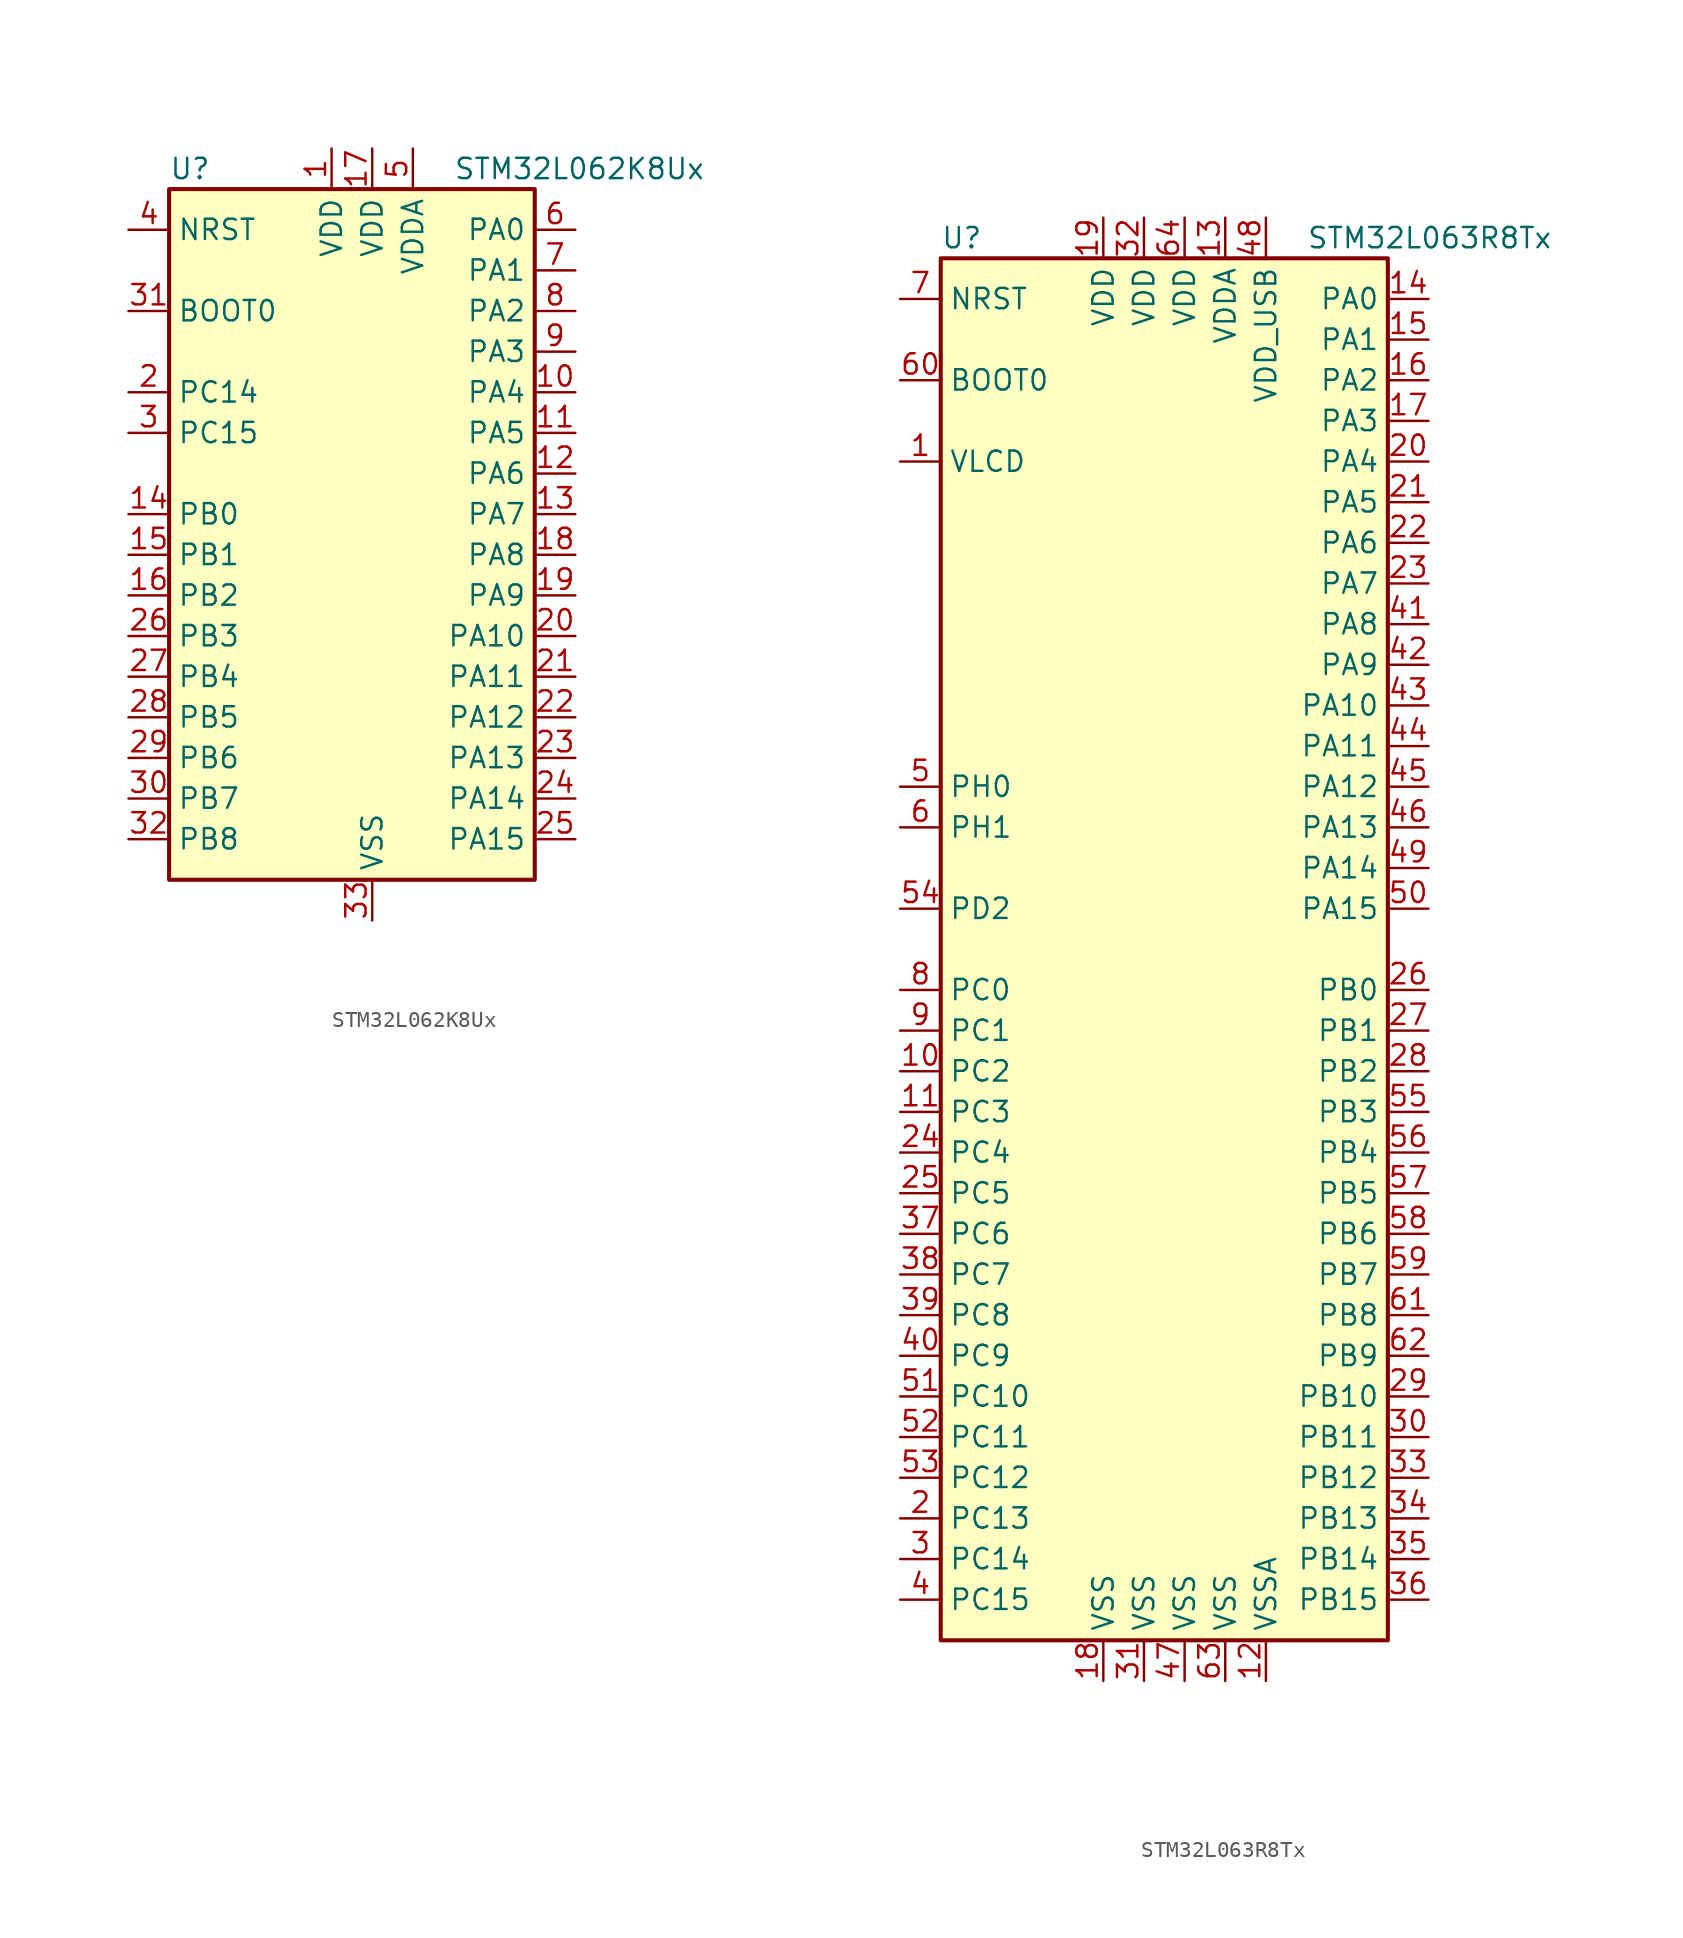
<source format=kicad_sym>
(kicad_symbol_lib
  (version 20211014)
  (generator kicad_symbol_editor)
  (symbol "STM32L062K8Ux"
    (property "Reference" "U"
      (at -12.7 21.59 0)
      (effects (font (size 1.27 1.27)) (justify left)))
    (property "Value" "STM32L062K8Ux"
      (at 5.08 21.59 0)
      (effects (font (size 1.27 1.27)) (justify left)))
    (symbol "STM32L062K8Ux_0_1"
      (rectangle (start -12.7 -22.86) (end 10.16 20.32) (stroke (width 0.254) (type default) (color 0 0 0 0)) (fill (type background))))
    (symbol "STM32L062K8Ux_1_1"
      (pin power_in line (at -2.54 22.86 270) (length 2.54) (name "VDD" (effects (font (size 1.27 1.27)))) (number "1" (effects (font (size 1.27 1.27)))))
      (pin bidirectional line (at 12.7 7.62 180) (length 2.54) (name "PA4" (effects (font (size 1.27 1.27)))) (number "10" (effects (font (size 1.27 1.27)))))
      (pin bidirectional line (at 12.7 5.08 180) (length 2.54) (name "PA5" (effects (font (size 1.27 1.27)))) (number "11" (effects (font (size 1.27 1.27)))))
      (pin bidirectional line (at 12.7 2.54 180) (length 2.54) (name "PA6" (effects (font (size 1.27 1.27)))) (number "12" (effects (font (size 1.27 1.27)))))
      (pin bidirectional line (at 12.7 0 180) (length 2.54) (name "PA7" (effects (font (size 1.27 1.27)))) (number "13" (effects (font (size 1.27 1.27)))))
      (pin bidirectional line (at -15.24 0 0) (length 2.54) (name "PB0" (effects (font (size 1.27 1.27)))) (number "14" (effects (font (size 1.27 1.27)))))
      (pin bidirectional line (at -15.24 -2.54 0) (length 2.54) (name "PB1" (effects (font (size 1.27 1.27)))) (number "15" (effects (font (size 1.27 1.27)))))
      (pin bidirectional line (at -15.24 -5.08 0) (length 2.54) (name "PB2" (effects (font (size 1.27 1.27)))) (number "16" (effects (font (size 1.27 1.27)))))
      (pin power_in line (at 0 22.86 270) (length 2.54) (name "VDD" (effects (font (size 1.27 1.27)))) (number "17" (effects (font (size 1.27 1.27)))))
      (pin bidirectional line (at 12.7 -2.54 180) (length 2.54) (name "PA8" (effects (font (size 1.27 1.27)))) (number "18" (effects (font (size 1.27 1.27)))))
      (pin bidirectional line (at 12.7 -5.08 180) (length 2.54) (name "PA9" (effects (font (size 1.27 1.27)))) (number "19" (effects (font (size 1.27 1.27)))))
      (pin bidirectional line (at -15.24 7.62 0) (length 2.54) (name "PC14" (effects (font (size 1.27 1.27)))) (number "2" (effects (font (size 1.27 1.27)))))
      (pin bidirectional line (at 12.7 -7.62 180) (length 2.54) (name "PA10" (effects (font (size 1.27 1.27)))) (number "20" (effects (font (size 1.27 1.27)))))
      (pin bidirectional line (at 12.7 -10.16 180) (length 2.54) (name "PA11" (effects (font (size 1.27 1.27)))) (number "21" (effects (font (size 1.27 1.27)))))
      (pin bidirectional line (at 12.7 -12.7 180) (length 2.54) (name "PA12" (effects (font (size 1.27 1.27)))) (number "22" (effects (font (size 1.27 1.27)))))
      (pin bidirectional line (at 12.7 -15.24 180) (length 2.54) (name "PA13" (effects (font (size 1.27 1.27)))) (number "23" (effects (font (size 1.27 1.27)))))
      (pin bidirectional line (at 12.7 -17.78 180) (length 2.54) (name "PA14" (effects (font (size 1.27 1.27)))) (number "24" (effects (font (size 1.27 1.27)))))
      (pin bidirectional line (at 12.7 -20.32 180) (length 2.54) (name "PA15" (effects (font (size 1.27 1.27)))) (number "25" (effects (font (size 1.27 1.27)))))
      (pin bidirectional line (at -15.24 -7.62 0) (length 2.54) (name "PB3" (effects (font (size 1.27 1.27)))) (number "26" (effects (font (size 1.27 1.27)))))
      (pin bidirectional line (at -15.24 -10.16 0) (length 2.54) (name "PB4" (effects (font (size 1.27 1.27)))) (number "27" (effects (font (size 1.27 1.27)))))
      (pin bidirectional line (at -15.24 -12.7 0) (length 2.54) (name "PB5" (effects (font (size 1.27 1.27)))) (number "28" (effects (font (size 1.27 1.27)))))
      (pin bidirectional line (at -15.24 -15.24 0) (length 2.54) (name "PB6" (effects (font (size 1.27 1.27)))) (number "29" (effects (font (size 1.27 1.27)))))
      (pin bidirectional line (at -15.24 5.08 0) (length 2.54) (name "PC15" (effects (font (size 1.27 1.27)))) (number "3" (effects (font (size 1.27 1.27)))))
      (pin bidirectional line (at -15.24 -17.78 0) (length 2.54) (name "PB7" (effects (font (size 1.27 1.27)))) (number "30" (effects (font (size 1.27 1.27)))))
      (pin input line (at -15.24 12.7 0) (length 2.54) (name "BOOT0" (effects (font (size 1.27 1.27)))) (number "31" (effects (font (size 1.27 1.27)))))
      (pin bidirectional line (at -15.24 -20.32 0) (length 2.54) (name "PB8" (effects (font (size 1.27 1.27)))) (number "32" (effects (font (size 1.27 1.27)))))
      (pin power_in line (at 0 -25.4 90) (length 2.54) (name "VSS" (effects (font (size 1.27 1.27)))) (number "33" (effects (font (size 1.27 1.27)))))
      (pin input line (at -15.24 17.78 0) (length 2.54) (name "NRST" (effects (font (size 1.27 1.27)))) (number "4" (effects (font (size 1.27 1.27)))))
      (pin power_in line (at 2.54 22.86 270) (length 2.54) (name "VDDA" (effects (font (size 1.27 1.27)))) (number "5" (effects (font (size 1.27 1.27)))))
      (pin bidirectional line (at 12.7 17.78 180) (length 2.54) (name "PA0" (effects (font (size 1.27 1.27)))) (number "6" (effects (font (size 1.27 1.27)))))
      (pin bidirectional line (at 12.7 15.24 180) (length 2.54) (name "PA1" (effects (font (size 1.27 1.27)))) (number "7" (effects (font (size 1.27 1.27)))))
      (pin bidirectional line (at 12.7 12.7 180) (length 2.54) (name "PA2" (effects (font (size 1.27 1.27)))) (number "8" (effects (font (size 1.27 1.27)))))
      (pin bidirectional line (at 12.7 10.16 180) (length 2.54) (name "PA3" (effects (font (size 1.27 1.27)))) (number "9" (effects (font (size 1.27 1.27)))))))
  (symbol "STM32L063R8Tx"
    (property "Reference" "U"
      (at -15.24 44.45 0)
      (effects (font (size 1.27 1.27)) (justify left)))
    (property "Value" "STM32L063R8Tx"
      (at 7.62 44.45 0)
      (effects (font (size 1.27 1.27)) (justify left)))
    (symbol "STM32L063R8Tx_0_1"
      (rectangle (start -15.24 -43.18) (end 12.7 43.18) (stroke (width 0.254) (type default) (color 0 0 0 0)) (fill (type background))))
    (symbol "STM32L063R8Tx_1_1"
      (pin power_in line (at -17.78 30.48 0) (length 2.54) (name "VLCD" (effects (font (size 1.27 1.27)))) (number "1" (effects (font (size 1.27 1.27)))))
      (pin bidirectional line (at -17.78 -7.62 0) (length 2.54) (name "PC2" (effects (font (size 1.27 1.27)))) (number "10" (effects (font (size 1.27 1.27)))))
      (pin bidirectional line (at -17.78 -10.16 0) (length 2.54) (name "PC3" (effects (font (size 1.27 1.27)))) (number "11" (effects (font (size 1.27 1.27)))))
      (pin power_in line (at 5.08 -45.72 90) (length 2.54) (name "VSSA" (effects (font (size 1.27 1.27)))) (number "12" (effects (font (size 1.27 1.27)))))
      (pin power_in line (at 2.54 45.72 270) (length 2.54) (name "VDDA" (effects (font (size 1.27 1.27)))) (number "13" (effects (font (size 1.27 1.27)))))
      (pin bidirectional line (at 15.24 40.64 180) (length 2.54) (name "PA0" (effects (font (size 1.27 1.27)))) (number "14" (effects (font (size 1.27 1.27)))))
      (pin bidirectional line (at 15.24 38.1 180) (length 2.54) (name "PA1" (effects (font (size 1.27 1.27)))) (number "15" (effects (font (size 1.27 1.27)))))
      (pin bidirectional line (at 15.24 35.56 180) (length 2.54) (name "PA2" (effects (font (size 1.27 1.27)))) (number "16" (effects (font (size 1.27 1.27)))))
      (pin bidirectional line (at 15.24 33.02 180) (length 2.54) (name "PA3" (effects (font (size 1.27 1.27)))) (number "17" (effects (font (size 1.27 1.27)))))
      (pin power_in line (at -5.08 -45.72 90) (length 2.54) (name "VSS" (effects (font (size 1.27 1.27)))) (number "18" (effects (font (size 1.27 1.27)))))
      (pin power_in line (at -5.08 45.72 270) (length 2.54) (name "VDD" (effects (font (size 1.27 1.27)))) (number "19" (effects (font (size 1.27 1.27)))))
      (pin bidirectional line (at -17.78 -35.56 0) (length 2.54) (name "PC13" (effects (font (size 1.27 1.27)))) (number "2" (effects (font (size 1.27 1.27)))))
      (pin bidirectional line (at 15.24 30.48 180) (length 2.54) (name "PA4" (effects (font (size 1.27 1.27)))) (number "20" (effects (font (size 1.27 1.27)))))
      (pin bidirectional line (at 15.24 27.94 180) (length 2.54) (name "PA5" (effects (font (size 1.27 1.27)))) (number "21" (effects (font (size 1.27 1.27)))))
      (pin bidirectional line (at 15.24 25.4 180) (length 2.54) (name "PA6" (effects (font (size 1.27 1.27)))) (number "22" (effects (font (size 1.27 1.27)))))
      (pin bidirectional line (at 15.24 22.86 180) (length 2.54) (name "PA7" (effects (font (size 1.27 1.27)))) (number "23" (effects (font (size 1.27 1.27)))))
      (pin bidirectional line (at -17.78 -12.7 0) (length 2.54) (name "PC4" (effects (font (size 1.27 1.27)))) (number "24" (effects (font (size 1.27 1.27)))))
      (pin bidirectional line (at -17.78 -15.24 0) (length 2.54) (name "PC5" (effects (font (size 1.27 1.27)))) (number "25" (effects (font (size 1.27 1.27)))))
      (pin bidirectional line (at 15.24 -2.54 180) (length 2.54) (name "PB0" (effects (font (size 1.27 1.27)))) (number "26" (effects (font (size 1.27 1.27)))))
      (pin bidirectional line (at 15.24 -5.08 180) (length 2.54) (name "PB1" (effects (font (size 1.27 1.27)))) (number "27" (effects (font (size 1.27 1.27)))))
      (pin bidirectional line (at 15.24 -7.62 180) (length 2.54) (name "PB2" (effects (font (size 1.27 1.27)))) (number "28" (effects (font (size 1.27 1.27)))))
      (pin bidirectional line (at 15.24 -27.94 180) (length 2.54) (name "PB10" (effects (font (size 1.27 1.27)))) (number "29" (effects (font (size 1.27 1.27)))))
      (pin bidirectional line (at -17.78 -38.1 0) (length 2.54) (name "PC14" (effects (font (size 1.27 1.27)))) (number "3" (effects (font (size 1.27 1.27)))))
      (pin bidirectional line (at 15.24 -30.48 180) (length 2.54) (name "PB11" (effects (font (size 1.27 1.27)))) (number "30" (effects (font (size 1.27 1.27)))))
      (pin power_in line (at -2.54 -45.72 90) (length 2.54) (name "VSS" (effects (font (size 1.27 1.27)))) (number "31" (effects (font (size 1.27 1.27)))))
      (pin power_in line (at -2.54 45.72 270) (length 2.54) (name "VDD" (effects (font (size 1.27 1.27)))) (number "32" (effects (font (size 1.27 1.27)))))
      (pin bidirectional line (at 15.24 -33.02 180) (length 2.54) (name "PB12" (effects (font (size 1.27 1.27)))) (number "33" (effects (font (size 1.27 1.27)))))
      (pin bidirectional line (at 15.24 -35.56 180) (length 2.54) (name "PB13" (effects (font (size 1.27 1.27)))) (number "34" (effects (font (size 1.27 1.27)))))
      (pin bidirectional line (at 15.24 -38.1 180) (length 2.54) (name "PB14" (effects (font (size 1.27 1.27)))) (number "35" (effects (font (size 1.27 1.27)))))
      (pin bidirectional line (at 15.24 -40.64 180) (length 2.54) (name "PB15" (effects (font (size 1.27 1.27)))) (number "36" (effects (font (size 1.27 1.27)))))
      (pin bidirectional line (at -17.78 -17.78 0) (length 2.54) (name "PC6" (effects (font (size 1.27 1.27)))) (number "37" (effects (font (size 1.27 1.27)))))
      (pin bidirectional line (at -17.78 -20.32 0) (length 2.54) (name "PC7" (effects (font (size 1.27 1.27)))) (number "38" (effects (font (size 1.27 1.27)))))
      (pin bidirectional line (at -17.78 -22.86 0) (length 2.54) (name "PC8" (effects (font (size 1.27 1.27)))) (number "39" (effects (font (size 1.27 1.27)))))
      (pin bidirectional line (at -17.78 -40.64 0) (length 2.54) (name "PC15" (effects (font (size 1.27 1.27)))) (number "4" (effects (font (size 1.27 1.27)))))
      (pin bidirectional line (at -17.78 -25.4 0) (length 2.54) (name "PC9" (effects (font (size 1.27 1.27)))) (number "40" (effects (font (size 1.27 1.27)))))
      (pin bidirectional line (at 15.24 20.32 180) (length 2.54) (name "PA8" (effects (font (size 1.27 1.27)))) (number "41" (effects (font (size 1.27 1.27)))))
      (pin bidirectional line (at 15.24 17.78 180) (length 2.54) (name "PA9" (effects (font (size 1.27 1.27)))) (number "42" (effects (font (size 1.27 1.27)))))
      (pin bidirectional line (at 15.24 15.24 180) (length 2.54) (name "PA10" (effects (font (size 1.27 1.27)))) (number "43" (effects (font (size 1.27 1.27)))))
      (pin bidirectional line (at 15.24 12.7 180) (length 2.54) (name "PA11" (effects (font (size 1.27 1.27)))) (number "44" (effects (font (size 1.27 1.27)))))
      (pin bidirectional line (at 15.24 10.16 180) (length 2.54) (name "PA12" (effects (font (size 1.27 1.27)))) (number "45" (effects (font (size 1.27 1.27)))))
      (pin bidirectional line (at 15.24 7.62 180) (length 2.54) (name "PA13" (effects (font (size 1.27 1.27)))) (number "46" (effects (font (size 1.27 1.27)))))
      (pin power_in line (at 0 -45.72 90) (length 2.54) (name "VSS" (effects (font (size 1.27 1.27)))) (number "47" (effects (font (size 1.27 1.27)))))
      (pin power_in line (at 5.08 45.72 270) (length 2.54) (name "VDD_USB" (effects (font (size 1.27 1.27)))) (number "48" (effects (font (size 1.27 1.27)))))
      (pin bidirectional line (at 15.24 5.08 180) (length 2.54) (name "PA14" (effects (font (size 1.27 1.27)))) (number "49" (effects (font (size 1.27 1.27)))))
      (pin input line (at -17.78 10.16 0) (length 2.54) (name "PH0" (effects (font (size 1.27 1.27)))) (number "5" (effects (font (size 1.27 1.27)))))
      (pin bidirectional line (at 15.24 2.54 180) (length 2.54) (name "PA15" (effects (font (size 1.27 1.27)))) (number "50" (effects (font (size 1.27 1.27)))))
      (pin bidirectional line (at -17.78 -27.94 0) (length 2.54) (name "PC10" (effects (font (size 1.27 1.27)))) (number "51" (effects (font (size 1.27 1.27)))))
      (pin bidirectional line (at -17.78 -30.48 0) (length 2.54) (name "PC11" (effects (font (size 1.27 1.27)))) (number "52" (effects (font (size 1.27 1.27)))))
      (pin bidirectional line (at -17.78 -33.02 0) (length 2.54) (name "PC12" (effects (font (size 1.27 1.27)))) (number "53" (effects (font (size 1.27 1.27)))))
      (pin bidirectional line (at -17.78 2.54 0) (length 2.54) (name "PD2" (effects (font (size 1.27 1.27)))) (number "54" (effects (font (size 1.27 1.27)))))
      (pin bidirectional line (at 15.24 -10.16 180) (length 2.54) (name "PB3" (effects (font (size 1.27 1.27)))) (number "55" (effects (font (size 1.27 1.27)))))
      (pin bidirectional line (at 15.24 -12.7 180) (length 2.54) (name "PB4" (effects (font (size 1.27 1.27)))) (number "56" (effects (font (size 1.27 1.27)))))
      (pin bidirectional line (at 15.24 -15.24 180) (length 2.54) (name "PB5" (effects (font (size 1.27 1.27)))) (number "57" (effects (font (size 1.27 1.27)))))
      (pin bidirectional line (at 15.24 -17.78 180) (length 2.54) (name "PB6" (effects (font (size 1.27 1.27)))) (number "58" (effects (font (size 1.27 1.27)))))
      (pin bidirectional line (at 15.24 -20.32 180) (length 2.54) (name "PB7" (effects (font (size 1.27 1.27)))) (number "59" (effects (font (size 1.27 1.27)))))
      (pin input line (at -17.78 7.62 0) (length 2.54) (name "PH1" (effects (font (size 1.27 1.27)))) (number "6" (effects (font (size 1.27 1.27)))))
      (pin input line (at -17.78 35.56 0) (length 2.54) (name "BOOT0" (effects (font (size 1.27 1.27)))) (number "60" (effects (font (size 1.27 1.27)))))
      (pin bidirectional line (at 15.24 -22.86 180) (length 2.54) (name "PB8" (effects (font (size 1.27 1.27)))) (number "61" (effects (font (size 1.27 1.27)))))
      (pin bidirectional line (at 15.24 -25.4 180) (length 2.54) (name "PB9" (effects (font (size 1.27 1.27)))) (number "62" (effects (font (size 1.27 1.27)))))
      (pin power_in line (at 2.54 -45.72 90) (length 2.54) (name "VSS" (effects (font (size 1.27 1.27)))) (number "63" (effects (font (size 1.27 1.27)))))
      (pin power_in line (at 0 45.72 270) (length 2.54) (name "VDD" (effects (font (size 1.27 1.27)))) (number "64" (effects (font (size 1.27 1.27)))))
      (pin input line (at -17.78 40.64 0) (length 2.54) (name "NRST" (effects (font (size 1.27 1.27)))) (number "7" (effects (font (size 1.27 1.27)))))
      (pin bidirectional line (at -17.78 -2.54 0) (length 2.54) (name "PC0" (effects (font (size 1.27 1.27)))) (number "8" (effects (font (size 1.27 1.27)))))
      (pin bidirectional line (at -17.78 -5.08 0) (length 2.54) (name "PC1" (effects (font (size 1.27 1.27)))) (number "9" (effects (font (size 1.27 1.27))))))))
</source>
